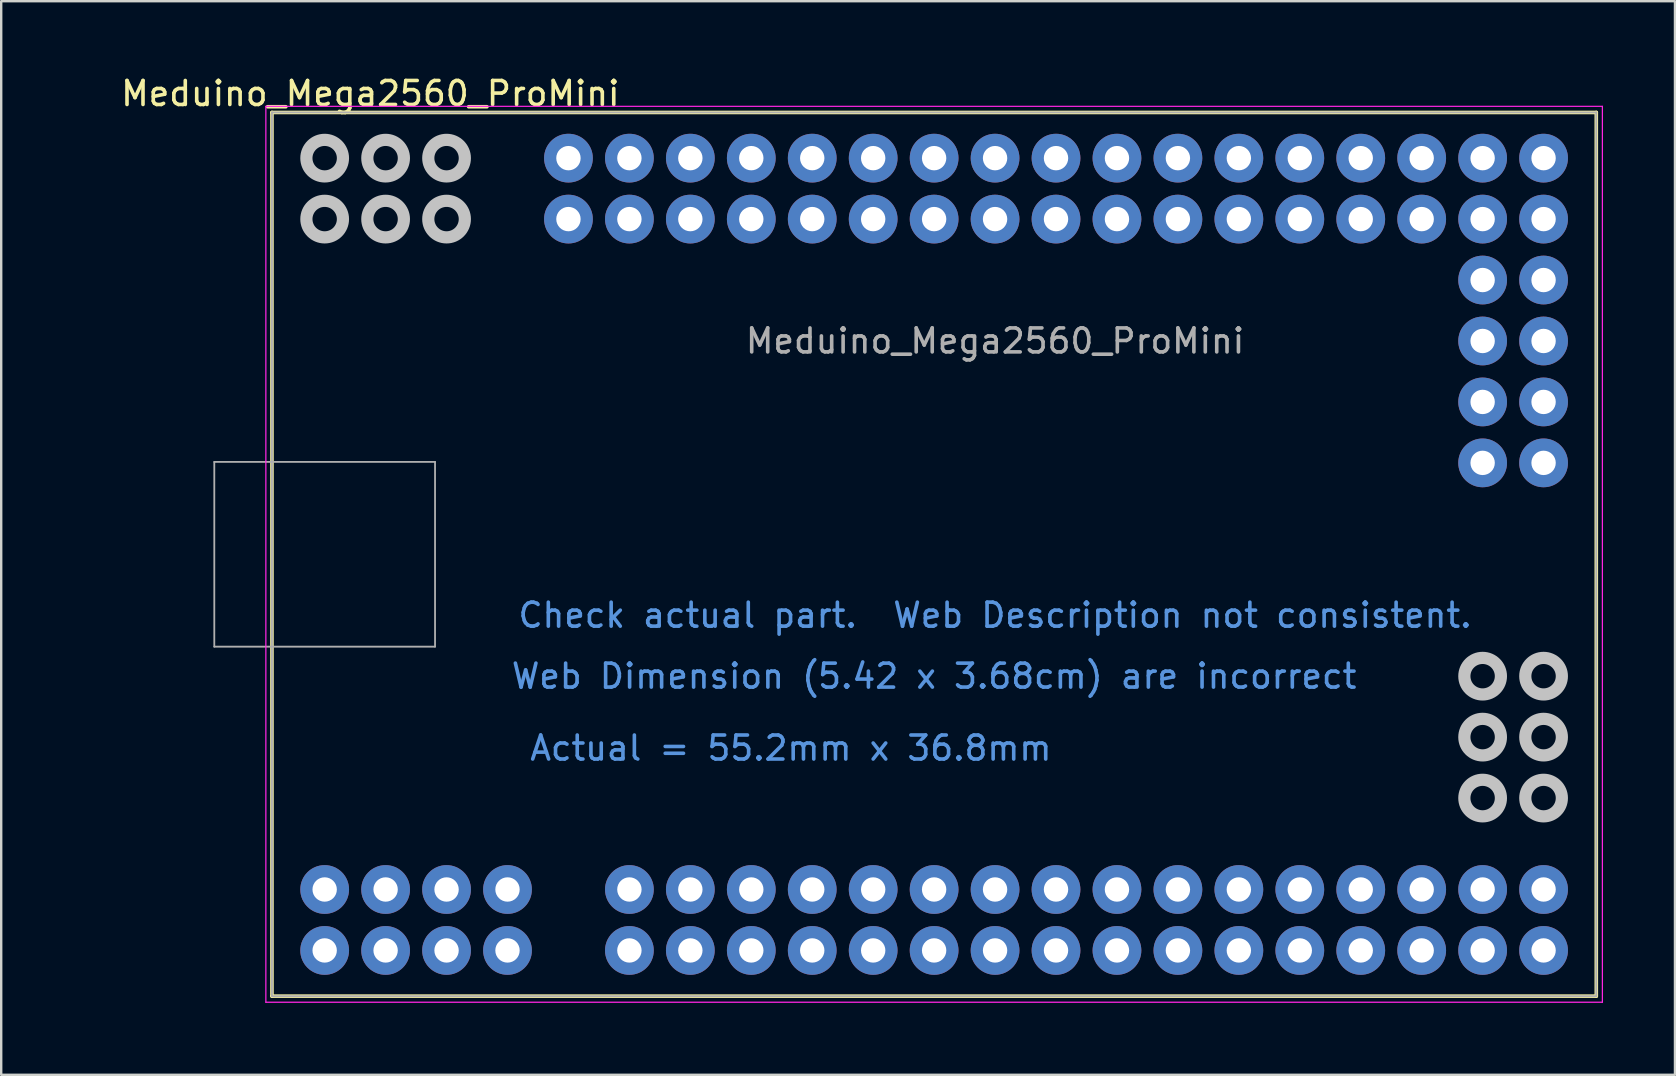
<source format=kicad_pcb>
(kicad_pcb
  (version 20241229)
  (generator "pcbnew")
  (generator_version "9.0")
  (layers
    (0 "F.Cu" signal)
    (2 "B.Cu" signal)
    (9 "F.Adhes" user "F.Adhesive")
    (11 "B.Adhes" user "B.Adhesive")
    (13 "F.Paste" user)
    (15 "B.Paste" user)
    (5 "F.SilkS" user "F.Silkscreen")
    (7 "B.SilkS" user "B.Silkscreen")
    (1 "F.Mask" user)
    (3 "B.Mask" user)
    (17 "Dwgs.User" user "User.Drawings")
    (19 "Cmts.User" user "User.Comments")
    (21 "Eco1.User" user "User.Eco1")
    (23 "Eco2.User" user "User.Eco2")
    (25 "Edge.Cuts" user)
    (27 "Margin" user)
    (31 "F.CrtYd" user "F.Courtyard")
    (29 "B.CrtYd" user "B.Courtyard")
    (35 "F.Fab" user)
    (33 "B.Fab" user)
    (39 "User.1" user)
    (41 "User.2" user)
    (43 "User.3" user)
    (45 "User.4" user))
  (footprint "Meduino_Mega2560_ProMini"
    (layer "F.Cu")
    (at 10.481 34.021)
    (property "Reference" "Meduino_Mega2560_ProMini" (at 27.94 -22.86 0) (layer "F.Fab") (effects (font (size 1 1) (thickness 0.15))))
    (attr through_hole)
    (fp_line (start -2.197 -32.385) (end 52.997 -32.385) (stroke (width 0.15) (type solid)) (layer "F.SilkS"))
    (fp_line (start -2.197 4.445) (end -2.197 -32.385) (stroke (width 0.15) (type solid)) (layer "F.SilkS"))
    (fp_line (start 52.997 -32.385) (end 52.997 4.445) (stroke (width 0.15) (type solid)) (layer "F.SilkS"))
    (fp_line (start 52.997 4.445) (end -2.197 4.445) (stroke (width 0.15) (type solid)) (layer "F.SilkS"))
    (fp_circle (center 0 -30.48) (end 0.762 -30.48) (stroke (width 0.508) (type solid)) (fill no) (layer "Dwgs.User"))
    (fp_circle (center 0 -27.94) (end 0.762 -27.94) (stroke (width 0.508) (type solid)) (fill no) (layer "Dwgs.User"))
    (fp_circle (center 2.54 -30.48) (end 3.302 -30.48) (stroke (width 0.508) (type solid)) (fill no) (layer "Dwgs.User"))
    (fp_circle (center 2.54 -27.94) (end 3.302 -27.94) (stroke (width 0.508) (type solid)) (fill no) (layer "Dwgs.User"))
    (fp_circle (center 5.08 -30.48) (end 5.842 -30.48) (stroke (width 0.508) (type solid)) (fill no) (layer "Dwgs.User"))
    (fp_circle (center 5.08 -27.94) (end 5.842 -27.94) (stroke (width 0.508) (type solid)) (fill no) (layer "Dwgs.User"))
    (fp_circle (center 48.26 -8.89) (end 49.022 -8.89) (stroke (width 0.508) (type solid)) (fill no) (layer "Dwgs.User"))
    (fp_circle (center 48.26 -6.35) (end 49.022 -6.35) (stroke (width 0.508) (type solid)) (fill no) (layer "Dwgs.User"))
    (fp_circle (center 48.26 -3.81) (end 49.022 -3.81) (stroke (width 0.508) (type solid)) (fill no) (layer "Dwgs.User"))
    (fp_circle (center 50.8 -8.89) (end 51.562 -8.89) (stroke (width 0.508) (type solid)) (fill no) (layer "Dwgs.User"))
    (fp_circle (center 50.8 -6.35) (end 51.562 -6.35) (stroke (width 0.508) (type solid)) (fill no) (layer "Dwgs.User"))
    (fp_circle (center 50.8 -3.81) (end 51.562 -3.81) (stroke (width 0.508) (type solid)) (fill no) (layer "Dwgs.User"))
    (fp_line (start -2.451 -32.639) (end 53.251 -32.639) (stroke (width 0.051) (type solid)) (layer "F.CrtYd"))
    (fp_line (start -2.451 4.699) (end -2.451 -32.639) (stroke (width 0.051) (type solid)) (layer "F.CrtYd"))
    (fp_line (start 53.251 -32.639) (end 53.251 4.699) (stroke (width 0.051) (type solid)) (layer "F.CrtYd"))
    (fp_line (start 53.251 4.699) (end -2.451 4.699) (stroke (width 0.051) (type solid)) (layer "F.CrtYd"))
    (fp_line (start -4.6 -17.82) (end 4.6 -17.82) (stroke (width 0.076) (type solid)) (layer "F.Fab"))
    (fp_line (start -4.6 -10.12) (end -4.6 -17.82) (stroke (width 0.076) (type solid)) (layer "F.Fab"))
    (fp_line (start -2.197 -32.385) (end 52.997 -32.385) (stroke (width 0.076) (type solid)) (layer "F.Fab"))
    (fp_line (start -2.197 4.445) (end -2.197 -32.385) (stroke (width 0.076) (type solid)) (layer "F.Fab"))
    (fp_line (start 4.6 -17.82) (end 4.6 -10.12) (stroke (width 0.076) (type solid)) (layer "F.Fab"))
    (fp_line (start 4.6 -10.12) (end -4.6 -10.12) (stroke (width 0.076) (type solid)) (layer "F.Fab"))
    (fp_line (start 52.997 -32.385) (end 52.997 4.445) (stroke (width 0.076) (type solid)) (layer "F.Fab"))
    (fp_line (start 52.997 4.445) (end -2.197 4.445) (stroke (width 0.076) (type solid)) (layer "F.Fab"))
    (fp_text user "${REFERENCE}" (at 1.905 -33.172 0) (layer "F.SilkS") (effects (font (size 1 1) (thickness 0.15))))
    (fp_text user "Check actual part.  Web Description not consistent." (at 27.94 -11.43 0) (layer "Cmts.User") (effects (font (size 1 1) (thickness 0.15))))
    (fp_text user "Actual = 55.2mm x 36.8mm" (at 19.431 -5.893 0) (layer "Cmts.User") (effects (font (size 1 1) (thickness 0.15))))
    (fp_text user "Web Dimension (5.42 x 3.68cm) are incorrect" (at 25.4 -8.89 0) (layer "Cmts.User") (effects (font (size 1 1) (thickness 0.15))))
    (fp_text user "${REFERENCE}" (at 0.025 -14.351 0) (layer "Eco1.User") (effects (font (size 1 1) (thickness 0.15))))
    (pad "1" thru_hole circle (at 0 0) (size 2.032 2.032) (drill 1.016) (layers "*.Cu" "*.Mask"))
    (pad "2" thru_hole circle (at 0 2.54) (size 2.032 2.032) (drill 1.016) (layers "*.Cu" "*.Mask"))
    (pad "3" thru_hole circle (at 2.54 0) (size 2.032 2.032) (drill 1.016) (layers "*.Cu" "*.Mask"))
    (pad "4" thru_hole circle (at 2.54 2.54) (size 2.032 2.032) (drill 1.016) (layers "*.Cu" "*.Mask"))
    (pad "5" thru_hole circle (at 5.08 0) (size 2.032 2.032) (drill 1.016) (layers "*.Cu" "*.Mask"))
    (pad "6" thru_hole circle (at 5.08 2.54) (size 2.032 2.032) (drill 1.016) (layers "*.Cu" "*.Mask"))
    (pad "7" thru_hole circle (at 7.62 0) (size 2.032 2.032) (drill 1.016) (layers "*.Cu" "*.Mask"))
    (pad "8" thru_hole circle (at 7.62 2.54) (size 2.032 2.032) (drill 1.016) (layers "*.Cu" "*.Mask"))
    (pad "9" thru_hole circle (at 12.7 0) (size 2.032 2.032) (drill 1.016) (layers "*.Cu" "*.Mask"))
    (pad "10" thru_hole circle (at 12.7 2.54) (size 2.032 2.032) (drill 1.016) (layers "*.Cu" "*.Mask"))
    (pad "11" thru_hole circle (at 15.24 0) (size 2.032 2.032) (drill 1.016) (layers "*.Cu" "*.Mask"))
    (pad "12" thru_hole circle (at 15.24 2.54) (size 2.032 2.032) (drill 1.016) (layers "*.Cu" "*.Mask"))
    (pad "13" thru_hole circle (at 17.78 0) (size 2.032 2.032) (drill 1.016) (layers "*.Cu" "*.Mask"))
    (pad "14" thru_hole circle (at 17.78 2.54) (size 2.032 2.032) (drill 1.016) (layers "*.Cu" "*.Mask"))
    (pad "15" thru_hole circle (at 20.32 0) (size 2.032 2.032) (drill 1.016) (layers "*.Cu" "*.Mask"))
    (pad "16" thru_hole circle (at 20.32 2.54) (size 2.032 2.032) (drill 1.016) (layers "*.Cu" "*.Mask"))
    (pad "17" thru_hole circle (at 22.86 0) (size 2.032 2.032) (drill 1.016) (layers "*.Cu" "*.Mask"))
    (pad "18" thru_hole circle (at 22.86 2.54) (size 2.032 2.032) (drill 1.016) (layers "*.Cu" "*.Mask"))
    (pad "19" thru_hole circle (at 25.4 0) (size 2.032 2.032) (drill 1.016) (layers "*.Cu" "*.Mask"))
    (pad "20" thru_hole circle (at 25.4 2.54) (size 2.032 2.032) (drill 1.016) (layers "*.Cu" "*.Mask"))
    (pad "21" thru_hole circle (at 27.94 0) (size 2.032 2.032) (drill 1.016) (layers "*.Cu" "*.Mask"))
    (pad "22" thru_hole circle (at 27.94 2.54) (size 2.032 2.032) (drill 1.016) (layers "*.Cu" "*.Mask"))
    (pad "23" thru_hole circle (at 30.48 0) (size 2.032 2.032) (drill 1.016) (layers "*.Cu" "*.Mask"))
    (pad "24" thru_hole circle (at 30.48 2.54) (size 2.032 2.032) (drill 1.016) (layers "*.Cu" "*.Mask"))
    (pad "25" thru_hole circle (at 33.02 0) (size 2.032 2.032) (drill 1.016) (layers "*.Cu" "*.Mask"))
    (pad "26" thru_hole circle (at 33.02 2.54) (size 2.032 2.032) (drill 1.016) (layers "*.Cu" "*.Mask"))
    (pad "27" thru_hole circle (at 35.56 0) (size 2.032 2.032) (drill 1.016) (layers "*.Cu" "*.Mask"))
    (pad "28" thru_hole circle (at 35.56 2.54) (size 2.032 2.032) (drill 1.016) (layers "*.Cu" "*.Mask"))
    (pad "29" thru_hole circle (at 38.1 0) (size 2.032 2.032) (drill 1.016) (layers "*.Cu" "*.Mask"))
    (pad "30" thru_hole circle (at 38.1 2.54) (size 2.032 2.032) (drill 1.016) (layers "*.Cu" "*.Mask"))
    (pad "31" thru_hole circle (at 40.64 0) (size 2.032 2.032) (drill 1.016) (layers "*.Cu" "*.Mask"))
    (pad "32" thru_hole circle (at 40.64 2.54) (size 2.032 2.032) (drill 1.016) (layers "*.Cu" "*.Mask"))
    (pad "33" thru_hole circle (at 43.18 0) (size 2.032 2.032) (drill 1.016) (layers "*.Cu" "*.Mask"))
    (pad "34" thru_hole circle (at 43.18 2.54) (size 2.032 2.032) (drill 1.016) (layers "*.Cu" "*.Mask"))
    (pad "35" thru_hole circle (at 45.72 0) (size 2.032 2.032) (drill 1.016) (layers "*.Cu" "*.Mask"))
    (pad "36" thru_hole circle (at 45.72 2.54) (size 2.032 2.032) (drill 1.016) (layers "*.Cu" "*.Mask"))
    (pad "37" thru_hole circle (at 48.26 0) (size 2.032 2.032) (drill 1.016) (layers "*.Cu" "*.Mask"))
    (pad "38" thru_hole circle (at 48.26 2.54) (size 2.032 2.032) (drill 1.016) (layers "*.Cu" "*.Mask"))
    (pad "39" thru_hole circle (at 50.8 0) (size 2.032 2.032) (drill 1.016) (layers "*.Cu" "*.Mask"))
    (pad "40" thru_hole circle (at 50.8 2.54) (size 2.032 2.032) (drill 1.016) (layers "*.Cu" "*.Mask"))
    (pad "41" thru_hole circle (at 10.16 -30.48) (size 2.032 2.032) (drill 1.016) (layers "*.Cu" "*.Mask"))
    (pad "42" thru_hole circle (at 10.16 -27.94) (size 2.032 2.032) (drill 1.016) (layers "*.Cu" "*.Mask"))
    (pad "43" thru_hole circle (at 12.7 -30.48) (size 2.032 2.032) (drill 1.016) (layers "*.Cu" "*.Mask"))
    (pad "44" thru_hole circle (at 12.7 -27.94) (size 2.032 2.032) (drill 1.016) (layers "*.Cu" "*.Mask"))
    (pad "45" thru_hole circle (at 15.24 -30.48) (size 2.032 2.032) (drill 1.016) (layers "*.Cu" "*.Mask"))
    (pad "46" thru_hole circle (at 15.24 -27.94) (size 2.032 2.032) (drill 1.016) (layers "*.Cu" "*.Mask"))
    (pad "47" thru_hole circle (at 17.78 -30.48) (size 2.032 2.032) (drill 1.016) (layers "*.Cu" "*.Mask"))
    (pad "48" thru_hole circle (at 17.78 -27.94) (size 2.032 2.032) (drill 1.016) (layers "*.Cu" "*.Mask"))
    (pad "49" thru_hole circle (at 20.32 -30.48) (size 2.032 2.032) (drill 1.016) (layers "*.Cu" "*.Mask"))
    (pad "50" thru_hole circle (at 20.32 -27.94) (size 2.032 2.032) (drill 1.016) (layers "*.Cu" "*.Mask"))
    (pad "51" thru_hole circle (at 22.86 -30.48) (size 2.032 2.032) (drill 1.016) (layers "*.Cu" "*.Mask"))
    (pad "52" thru_hole circle (at 22.86 -27.94) (size 2.032 2.032) (drill 1.016) (layers "*.Cu" "*.Mask"))
    (pad "53" thru_hole circle (at 25.4 -30.48) (size 2.032 2.032) (drill 1.016) (layers "*.Cu" "*.Mask"))
    (pad "54" thru_hole circle (at 25.4 -27.94) (size 2.032 2.032) (drill 1.016) (layers "*.Cu" "*.Mask"))
    (pad "55" thru_hole circle (at 27.94 -30.48) (size 2.032 2.032) (drill 1.016) (layers "*.Cu" "*.Mask"))
    (pad "56" thru_hole circle (at 27.94 -27.94) (size 2.032 2.032) (drill 1.016) (layers "*.Cu" "*.Mask"))
    (pad "57" thru_hole circle (at 30.48 -30.48) (size 2.032 2.032) (drill 1.016) (layers "*.Cu" "*.Mask"))
    (pad "58" thru_hole circle (at 30.48 -27.94) (size 2.032 2.032) (drill 1.016) (layers "*.Cu" "*.Mask"))
    (pad "59" thru_hole circle (at 33.02 -30.48) (size 2.032 2.032) (drill 1.016) (layers "*.Cu" "*.Mask"))
    (pad "60" thru_hole circle (at 33.02 -27.94) (size 2.032 2.032) (drill 1.016) (layers "*.Cu" "*.Mask"))
    (pad "61" thru_hole circle (at 35.56 -30.48) (size 2.032 2.032) (drill 1.016) (layers "*.Cu" "*.Mask"))
    (pad "62" thru_hole circle (at 35.56 -27.94) (size 2.032 2.032) (drill 1.016) (layers "*.Cu" "*.Mask"))
    (pad "63" thru_hole circle (at 38.1 -30.48) (size 2.032 2.032) (drill 1.016) (layers "*.Cu" "*.Mask"))
    (pad "64" thru_hole circle (at 38.1 -27.94) (size 2.032 2.032) (drill 1.016) (layers "*.Cu" "*.Mask"))
    (pad "65" thru_hole circle (at 40.64 -30.48) (size 2.032 2.032) (drill 1.016) (layers "*.Cu" "*.Mask"))
    (pad "66" thru_hole circle (at 40.64 -27.94) (size 2.032 2.032) (drill 1.016) (layers "*.Cu" "*.Mask"))
    (pad "67" thru_hole circle (at 43.18 -30.48) (size 2.032 2.032) (drill 1.016) (layers "*.Cu" "*.Mask"))
    (pad "68" thru_hole circle (at 43.18 -27.94) (size 2.032 2.032) (drill 1.016) (layers "*.Cu" "*.Mask"))
    (pad "69" thru_hole circle (at 45.72 -30.48) (size 2.032 2.032) (drill 1.016) (layers "*.Cu" "*.Mask"))
    (pad "70" thru_hole circle (at 45.72 -27.94) (size 2.032 2.032) (drill 1.016) (layers "*.Cu" "*.Mask"))
    (pad "71" thru_hole circle (at 48.26 -30.48) (size 2.032 2.032) (drill 1.016) (layers "*.Cu" "*.Mask"))
    (pad "72" thru_hole circle (at 48.26 -27.94) (size 2.032 2.032) (drill 1.016) (layers "*.Cu" "*.Mask"))
    (pad "73" thru_hole circle (at 50.8 -30.48) (size 2.032 2.032) (drill 1.016) (layers "*.Cu" "*.Mask"))
    (pad "74" thru_hole circle (at 50.8 -27.94) (size 2.032 2.032) (drill 1.016) (layers "*.Cu" "*.Mask"))
    (pad "75" thru_hole circle (at 50.8 -25.4) (size 2.032 2.032) (drill 1.016) (layers "*.Cu" "*.Mask"))
    (pad "76" thru_hole circle (at 48.26 -25.4) (size 2.032 2.032) (drill 1.016) (layers "*.Cu" "*.Mask"))
    (pad "77" thru_hole circle (at 50.8 -22.86) (size 2.032 2.032) (drill 1.016) (layers "*.Cu" "*.Mask"))
    (pad "78" thru_hole circle (at 48.26 -22.86) (size 2.032 2.032) (drill 1.016) (layers "*.Cu" "*.Mask"))
    (pad "79" thru_hole circle (at 50.8 -20.32) (size 2.032 2.032) (drill 1.016) (layers "*.Cu" "*.Mask"))
    (pad "80" thru_hole circle (at 48.26 -20.32) (size 2.032 2.032) (drill 1.016) (layers "*.Cu" "*.Mask"))
    (pad "81" thru_hole circle (at 50.8 -17.78) (size 2.032 2.032) (drill 1.016) (layers "*.Cu" "*.Mask"))
    (pad "82" thru_hole circle (at 48.26 -17.78) (size 2.032 2.032) (drill 1.016) (layers "*.Cu" "*.Mask")))
  (gr_rect
    (start -3 -3)
    (end 66.757 41.745)
    (stroke (width 0.1) (type default))
    (fill no)
    (layer "Edge.Cuts")))
</source>
